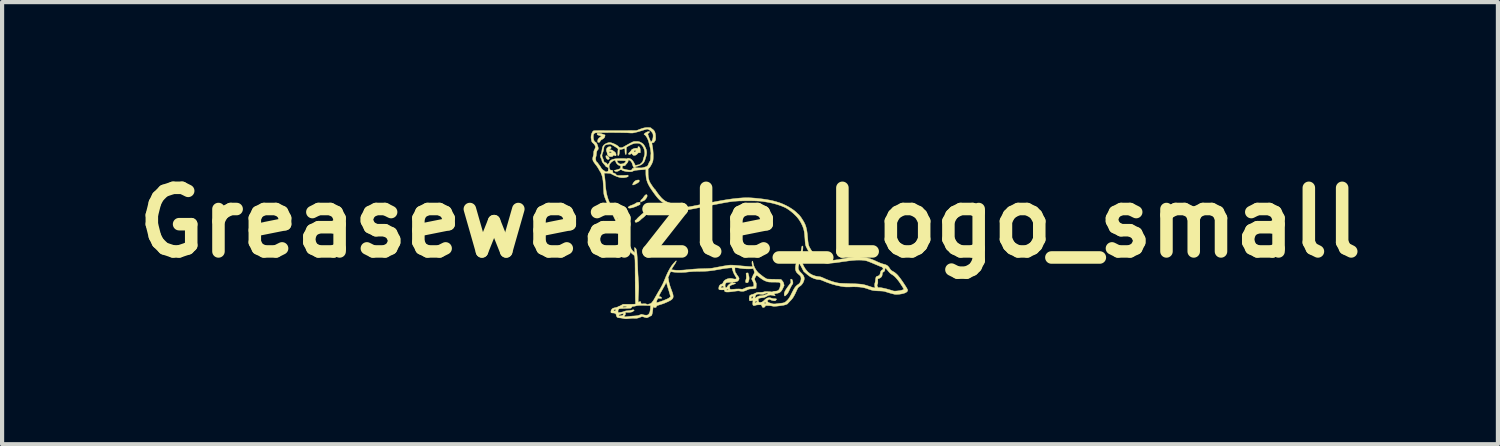
<source format=kicad_pcb>
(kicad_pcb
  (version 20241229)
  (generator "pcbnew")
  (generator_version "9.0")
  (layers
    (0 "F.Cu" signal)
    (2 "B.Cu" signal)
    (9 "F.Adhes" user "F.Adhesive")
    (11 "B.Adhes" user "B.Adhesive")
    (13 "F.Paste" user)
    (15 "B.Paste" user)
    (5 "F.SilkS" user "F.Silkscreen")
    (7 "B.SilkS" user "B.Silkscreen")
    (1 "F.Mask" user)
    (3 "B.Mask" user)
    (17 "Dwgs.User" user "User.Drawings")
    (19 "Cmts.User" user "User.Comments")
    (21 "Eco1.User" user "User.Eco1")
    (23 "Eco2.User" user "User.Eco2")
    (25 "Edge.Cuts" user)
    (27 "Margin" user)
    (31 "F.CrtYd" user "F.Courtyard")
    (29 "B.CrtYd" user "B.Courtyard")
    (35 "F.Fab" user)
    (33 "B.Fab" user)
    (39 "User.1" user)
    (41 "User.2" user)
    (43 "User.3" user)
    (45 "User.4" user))
  (footprint "Greaseweazle_Logo_small"
    (layer "F.Cu")
    (at 14.921 2.285)
    (property "Reference" "Greaseweazle_Logo_small" (at 0 0 0) (layer "F.SilkS") (effects (font (size 1.524 1.524) (thickness 0.3))))
    (attr through_hole)
    (fp_poly (pts (xy -3.424 -1.598) (xy -3.416 -1.594) (xy -3.396 -1.58) (xy -3.381 -1.562) (xy -3.374 -1.544) (xy -3.374 -1.529) (xy -3.384 -1.518) (xy -3.398 -1.512) (xy -3.409 -1.514) (xy -3.423 -1.523) (xy -3.43 -1.529) (xy -3.444 -1.545) (xy -3.451 -1.565) (xy -3.453 -1.577) (xy -3.454 -1.595) (xy -3.451 -1.605) (xy -3.441 -1.605) (xy -3.424 -1.598)) (stroke (width 0.01) (type solid)) (fill yes) (layer "F.SilkS"))
    (fp_poly (pts (xy -2.665 -1.022) (xy -2.657 -1.019) (xy -2.654 -1.01) (xy -2.654 -1.001) (xy -2.655 -0.988) (xy -2.66 -0.979) (xy -2.671 -0.968) (xy -2.69 -0.955) (xy -2.692 -0.953) (xy -2.715 -0.94) (xy -2.741 -0.926) (xy -2.767 -0.914) (xy -2.79 -0.906) (xy -2.806 -0.902) (xy -2.807 -0.902) (xy -2.812 -0.907) (xy -2.813 -0.913) (xy -2.809 -0.927) (xy -2.799 -0.947) (xy -2.785 -0.968) (xy -2.773 -0.983) (xy -2.746 -1.005) (xy -2.712 -1.018) (xy -2.683 -1.022) (xy -2.665 -1.022)) (stroke (width 0.01) (type solid)) (fill yes) (layer "F.SilkS"))
    (fp_poly (pts (xy -2.47 -0.665) (xy -2.465 -0.649) (xy -2.466 -0.629) (xy -2.474 -0.608) (xy -2.497 -0.571) (xy -2.523 -0.542) (xy -2.549 -0.525) (xy -2.559 -0.521) (xy -2.58 -0.514) (xy -2.597 -0.504) (xy -2.601 -0.501) (xy -2.613 -0.493) (xy -2.619 -0.495) (xy -2.622 -0.51) (xy -2.618 -0.529) (xy -2.609 -0.545) (xy -2.6 -0.551) (xy -2.589 -0.56) (xy -2.575 -0.576) (xy -2.559 -0.597) (xy -2.556 -0.603) (xy -2.531 -0.637) (xy -2.51 -0.66) (xy -2.491 -0.671) (xy -2.48 -0.672) (xy -2.47 -0.665)) (stroke (width 0.01) (type solid)) (fill yes) (layer "F.SilkS"))
    (fp_poly (pts (xy -2.635 -0.434) (xy -2.697 -0.405) (xy -2.742 -0.385) (xy -2.786 -0.369) (xy -2.826 -0.357) (xy -2.86 -0.35) (xy -2.888 -0.348) (xy -2.906 -0.351) (xy -2.906 -0.351) (xy -2.916 -0.357) (xy -2.92 -0.359) (xy -2.919 -0.365) (xy -2.917 -0.37) (xy -2.906 -0.384) (xy -2.882 -0.399) (xy -2.847 -0.414) (xy -2.824 -0.422) (xy -2.795 -0.433) (xy -2.766 -0.447) (xy -2.743 -0.461) (xy -2.742 -0.462) (xy -2.719 -0.476) (xy -2.698 -0.484) (xy -2.673 -0.488) (xy -2.672 -0.488) (xy -2.635 -0.49) (xy -2.635 -0.434)) (stroke (width 0.01) (type solid)) (fill yes) (layer "F.SilkS"))
    (fp_poly (pts (xy -0.034 1.254) (xy -0.024 1.297) (xy -0.021 1.332) (xy -0.024 1.365) (xy -0.033 1.398) (xy -0.034 1.4) (xy -0.042 1.421) (xy -0.049 1.433) (xy -0.057 1.438) (xy -0.069 1.44) (xy -0.07 1.44) (xy -0.087 1.439) (xy -0.099 1.435) (xy -0.1 1.434) (xy -0.107 1.419) (xy -0.106 1.396) (xy -0.1 1.368) (xy -0.096 1.359) (xy -0.091 1.343) (xy -0.089 1.325) (xy -0.088 1.303) (xy -0.09 1.273) (xy -0.09 1.271) (xy -0.092 1.245) (xy -0.093 1.224) (xy -0.094 1.212) (xy -0.094 1.209) (xy -0.087 1.208) (xy -0.073 1.206) (xy -0.07 1.206) (xy -0.049 1.203) (xy -0.034 1.254)) (stroke (width 0.01) (type solid)) (fill yes) (layer "F.SilkS"))
    (fp_poly (pts (xy -2.391 -0.412) (xy -2.384 -0.409) (xy -2.384 -0.4) (xy -2.385 -0.395) (xy -2.407 -0.322) (xy -2.441 -0.254) (xy -2.486 -0.192) (xy -2.542 -0.136) (xy -2.568 -0.116) (xy -2.591 -0.098) (xy -2.613 -0.079) (xy -2.629 -0.063) (xy -2.651 -0.044) (xy -2.676 -0.028) (xy -2.701 -0.016) (xy -2.724 -0.01) (xy -2.741 -0.01) (xy -2.748 -0.014) (xy -2.754 -0.026) (xy -2.756 -0.04) (xy -2.753 -0.054) (xy -2.742 -0.062) (xy -2.737 -0.064) (xy -2.724 -0.071) (xy -2.718 -0.077) (xy -2.718 -0.077) (xy -2.713 -0.087) (xy -2.698 -0.104) (xy -2.675 -0.127) (xy -2.643 -0.156) (xy -2.604 -0.191) (xy -2.581 -0.21) (xy -2.494 -0.283) (xy -2.463 -0.348) (xy -2.433 -0.413) (xy -2.407 -0.413) (xy -2.391 -0.412)) (stroke (width 0.01) (type solid)) (fill yes) (layer "F.SilkS"))
    (fp_poly (pts (xy 1.003 1.359) (xy 1.015 1.376) (xy 1.023 1.403) (xy 1.027 1.425) (xy 1.028 1.445) (xy 1.026 1.459) (xy 1.019 1.473) (xy 1.007 1.491) (xy 0.995 1.51) (xy 0.98 1.537) (xy 0.964 1.568) (xy 0.952 1.594) (xy 0.933 1.635) (xy 0.918 1.666) (xy 0.904 1.69) (xy 0.89 1.708) (xy 0.875 1.725) (xy 0.864 1.735) (xy 0.849 1.749) (xy 0.84 1.756) (xy 0.834 1.758) (xy 0.83 1.754) (xy 0.827 1.751) (xy 0.822 1.741) (xy 0.82 1.723) (xy 0.819 1.711) (xy 0.821 1.688) (xy 0.829 1.663) (xy 0.842 1.634) (xy 0.862 1.6) (xy 0.889 1.56) (xy 0.919 1.519) (xy 0.979 1.438) (xy 0.976 1.395) (xy 0.974 1.373) (xy 0.974 1.36) (xy 0.977 1.354) (xy 0.984 1.353) (xy 0.988 1.353) (xy 1.003 1.359)) (stroke (width 0.01) (type solid)) (fill yes) (layer "F.SilkS"))
    (fp_poly (pts (xy -3.586 -2.137) (xy -3.556 -2.13) (xy -3.525 -2.119) (xy -3.472 -2.1) (xy -3.476 -2.075) (xy -3.481 -2.054) (xy -3.49 -2.037) (xy -3.504 -2.022) (xy -3.527 -2.006) (xy -3.542 -1.997) (xy -3.566 -1.982) (xy -3.58 -1.969) (xy -3.589 -1.956) (xy -3.592 -1.949) (xy -3.599 -1.934) (xy -3.61 -1.926) (xy -3.622 -1.924) (xy -3.639 -1.923) (xy -3.647 -1.927) (xy -3.648 -1.929) (xy -3.65 -1.941) (xy -3.651 -1.959) (xy -3.651 -1.962) (xy -3.645 -1.991) (xy -3.627 -2.019) (xy -3.598 -2.044) (xy -3.592 -2.048) (xy -3.576 -2.059) (xy -3.565 -2.068) (xy -3.562 -2.072) (xy -3.568 -2.075) (xy -3.582 -2.081) (xy -3.599 -2.086) (xy -3.628 -2.095) (xy -3.647 -2.101) (xy -3.658 -2.108) (xy -3.663 -2.115) (xy -3.664 -2.124) (xy -3.662 -2.135) (xy -3.654 -2.14) (xy -3.643 -2.141) (xy -3.614 -2.141) (xy -3.586 -2.137)) (stroke (width 0.01) (type solid)) (fill yes) (layer "F.SilkS"))
    (fp_poly (pts (xy -2.657 -1.818) (xy -2.643 -1.803) (xy -2.634 -1.778) (xy -2.629 -1.742) (xy -2.629 -1.723) (xy -2.629 -1.676) (xy -2.654 -1.676) (xy -2.671 -1.675) (xy -2.684 -1.667) (xy -2.695 -1.654) (xy -2.717 -1.632) (xy -2.744 -1.617) (xy -2.77 -1.611) (xy -2.792 -1.613) (xy -2.804 -1.621) (xy -2.818 -1.636) (xy -2.822 -1.64) (xy -2.839 -1.663) (xy -2.854 -1.647) (xy -2.871 -1.636) (xy -2.889 -1.632) (xy -2.904 -1.635) (xy -2.912 -1.645) (xy -2.912 -1.655) (xy -2.905 -1.667) (xy -2.89 -1.681) (xy -2.871 -1.7) (xy -2.861 -1.712) (xy -2.781 -1.712) (xy -2.778 -1.699) (xy -2.773 -1.694) (xy -2.761 -1.694) (xy -2.747 -1.701) (xy -2.735 -1.71) (xy -2.731 -1.718) (xy -2.735 -1.724) (xy -2.749 -1.727) (xy -2.756 -1.727) (xy -2.772 -1.726) (xy -2.78 -1.722) (xy -2.781 -1.713) (xy -2.781 -1.712) (xy -2.861 -1.712) (xy -2.854 -1.721) (xy -2.848 -1.73) (xy -2.838 -1.745) (xy -2.826 -1.756) (xy -2.808 -1.765) (xy -2.791 -1.771) (xy -2.758 -1.781) (xy -2.729 -1.784) (xy -2.718 -1.783) (xy -2.686 -1.78) (xy -2.686 -1.801) (xy -2.684 -1.817) (xy -2.677 -1.822) (xy -2.676 -1.822) (xy -2.657 -1.818)) (stroke (width 0.01) (type solid)) (fill yes) (layer "F.SilkS"))
    (fp_poly (pts (xy -3.352 -1.821) (xy -3.337 -1.818) (xy -3.331 -1.811) (xy -3.329 -1.8) (xy -3.329 -1.786) (xy -3.336 -1.777) (xy -3.35 -1.77) (xy -3.363 -1.762) (xy -3.369 -1.755) (xy -3.369 -1.753) (xy -3.361 -1.749) (xy -3.345 -1.746) (xy -3.331 -1.743) (xy -3.312 -1.74) (xy -3.299 -1.736) (xy -3.296 -1.734) (xy -3.291 -1.728) (xy -3.278 -1.719) (xy -3.264 -1.71) (xy -3.245 -1.696) (xy -3.229 -1.682) (xy -3.223 -1.674) (xy -3.214 -1.655) (xy -3.209 -1.633) (xy -3.21 -1.614) (xy -3.212 -1.607) (xy -3.218 -1.602) (xy -3.227 -1.602) (xy -3.242 -1.609) (xy -3.243 -1.609) (xy -3.267 -1.62) (xy -3.283 -1.601) (xy -3.294 -1.589) (xy -3.306 -1.583) (xy -3.323 -1.581) (xy -3.335 -1.581) (xy -3.359 -1.583) (xy -3.377 -1.588) (xy -3.392 -1.599) (xy -3.407 -1.612) (xy -3.415 -1.626) (xy -3.419 -1.647) (xy -3.419 -1.649) (xy -3.424 -1.674) (xy -3.43 -1.691) (xy -3.379 -1.691) (xy -3.374 -1.679) (xy -3.367 -1.673) (xy -3.357 -1.668) (xy -3.345 -1.671) (xy -3.337 -1.675) (xy -3.323 -1.682) (xy -3.315 -1.687) (xy -3.315 -1.687) (xy -3.315 -1.692) (xy -3.325 -1.697) (xy -3.341 -1.701) (xy -3.354 -1.702) (xy -3.372 -1.699) (xy -3.379 -1.691) (xy -3.43 -1.691) (xy -3.432 -1.698) (xy -3.436 -1.706) (xy -3.443 -1.733) (xy -3.44 -1.761) (xy -3.428 -1.785) (xy -3.408 -1.805) (xy -3.383 -1.818) (xy -3.354 -1.821) (xy -3.352 -1.821)) (stroke (width 0.01) (type solid)) (fill yes) (layer "F.SilkS"))
    (fp_poly (pts (xy -2.413 -2.278) (xy -2.386 -2.275) (xy -2.372 -2.269) (xy -2.369 -2.263) (xy -2.363 -2.255) (xy -2.355 -2.251) (xy -2.337 -2.241) (xy -2.317 -2.224) (xy -2.298 -2.203) (xy -2.286 -2.185) (xy -2.272 -2.144) (xy -2.263 -2.093) (xy -2.261 -2.036) (xy -2.261 -2.008) (xy -2.263 -1.99) (xy -2.266 -1.977) (xy -2.272 -1.966) (xy -2.28 -1.956) (xy -2.291 -1.941) (xy -2.298 -1.929) (xy -2.299 -1.926) (xy -2.304 -1.92) (xy -2.319 -1.918) (xy -2.334 -1.917) (xy -2.344 -1.914) (xy -2.349 -1.907) (xy -2.35 -1.894) (xy -2.347 -1.873) (xy -2.341 -1.841) (xy -2.339 -1.832) (xy -2.332 -1.79) (xy -2.326 -1.742) (xy -2.322 -1.691) (xy -2.319 -1.638) (xy -2.319 -1.588) (xy -2.32 -1.543) (xy -2.323 -1.504) (xy -2.327 -1.478) (xy -2.338 -1.447) (xy -2.353 -1.411) (xy -2.373 -1.375) (xy -2.393 -1.342) (xy -2.412 -1.316) (xy -2.418 -1.31) (xy -2.442 -1.286) (xy -2.441 -1.194) (xy -2.441 -1.151) (xy -2.439 -1.118) (xy -2.436 -1.089) (xy -2.431 -1.061) (xy -2.426 -1.042) (xy -2.42 -1.018) (xy -2.414 -0.999) (xy -2.406 -0.98) (xy -2.395 -0.96) (xy -2.38 -0.935) (xy -2.36 -0.904) (xy -2.351 -0.891) (xy -2.331 -0.861) (xy -2.312 -0.835) (xy -2.297 -0.816) (xy -2.287 -0.803) (xy -2.283 -0.8) (xy -2.275 -0.795) (xy -2.269 -0.786) (xy -2.263 -0.776) (xy -2.251 -0.758) (xy -2.234 -0.734) (xy -2.214 -0.707) (xy -2.204 -0.693) (xy -2.158 -0.635) (xy -2.116 -0.587) (xy -2.074 -0.549) (xy -2.031 -0.518) (xy -1.984 -0.494) (xy -1.932 -0.475) (xy -1.872 -0.459) (xy -1.85 -0.454) (xy -1.813 -0.446) (xy -1.773 -0.435) (xy -1.736 -0.424) (xy -1.717 -0.417) (xy -1.674 -0.401) (xy -1.636 -0.39) (xy -1.6 -0.382) (xy -1.559 -0.376) (xy -1.549 -0.375) (xy -1.539 -0.374) (xy -1.529 -0.373) (xy -1.517 -0.373) (xy -1.503 -0.374) (xy -1.486 -0.376) (xy -1.465 -0.379) (xy -1.439 -0.384) (xy -1.406 -0.39) (xy -1.365 -0.397) (xy -1.317 -0.407) (xy -1.258 -0.418) (xy -1.19 -0.432) (xy -1.124 -0.445) (xy -1.014 -0.467) (xy -0.916 -0.486) (xy -0.827 -0.503) (xy -0.747 -0.518) (xy -0.675 -0.531) (xy -0.61 -0.542) (xy -0.549 -0.552) (xy -0.493 -0.56) (xy -0.439 -0.568) (xy -0.388 -0.574) (xy -0.336 -0.58) (xy -0.284 -0.585) (xy -0.257 -0.588) (xy -0.18 -0.594) (xy -0.109 -0.597) (xy -0.041 -0.597) (xy 0.029 -0.594) (xy 0.107 -0.588) (xy 0.111 -0.588) (xy 0.216 -0.577) (xy 0.311 -0.566) (xy 0.397 -0.553) (xy 0.476 -0.539) (xy 0.549 -0.523) (xy 0.62 -0.504) (xy 0.69 -0.482) (xy 0.718 -0.473) (xy 0.789 -0.445) (xy 0.86 -0.412) (xy 0.93 -0.375) (xy 0.996 -0.334) (xy 1.055 -0.293) (xy 1.105 -0.251) (xy 1.133 -0.223) (xy 1.142 -0.215) (xy 1.156 -0.203) (xy 1.163 -0.197) (xy 1.18 -0.18) (xy 1.201 -0.153) (xy 1.226 -0.12) (xy 1.251 -0.081) (xy 1.278 -0.038) (xy 1.294 -0.01) (xy 1.313 0.028) (xy 1.33 0.067) (xy 1.343 0.11) (xy 1.355 0.159) (xy 1.365 0.214) (xy 1.373 0.279) (xy 1.38 0.355) (xy 1.381 0.365) (xy 1.386 0.42) (xy 1.391 0.464) (xy 1.396 0.501) (xy 1.403 0.531) (xy 1.411 0.558) (xy 1.422 0.584) (xy 1.437 0.611) (xy 1.455 0.641) (xy 1.471 0.666) (xy 1.5 0.709) (xy 1.526 0.743) (xy 1.551 0.77) (xy 1.577 0.794) (xy 1.587 0.803) (xy 1.645 0.841) (xy 1.707 0.87) (xy 1.776 0.89) (xy 1.852 0.901) (xy 1.935 0.904) (xy 2.026 0.897) (xy 2.099 0.887) (xy 2.139 0.88) (xy 2.188 0.872) (xy 2.241 0.863) (xy 2.292 0.854) (xy 2.327 0.848) (xy 2.388 0.838) (xy 2.439 0.83) (xy 2.483 0.825) (xy 2.522 0.821) (xy 2.56 0.821) (xy 2.597 0.821) (xy 2.638 0.824) (xy 2.651 0.825) (xy 2.705 0.83) (xy 2.752 0.836) (xy 2.794 0.843) (xy 2.833 0.852) (xy 2.873 0.863) (xy 2.914 0.878) (xy 2.961 0.897) (xy 3.015 0.921) (xy 3.053 0.939) (xy 3.094 0.957) (xy 3.134 0.973) (xy 3.169 0.985) (xy 3.196 0.993) (xy 3.199 0.994) (xy 3.241 1.005) (xy 3.274 1.019) (xy 3.301 1.038) (xy 3.325 1.064) (xy 3.349 1.1) (xy 3.353 1.106) (xy 3.364 1.123) (xy 3.376 1.136) (xy 3.392 1.149) (xy 3.415 1.163) (xy 3.43 1.172) (xy 3.458 1.188) (xy 3.484 1.208) (xy 3.511 1.231) (xy 3.538 1.258) (xy 3.566 1.292) (xy 3.597 1.332) (xy 3.632 1.38) (xy 3.671 1.437) (xy 3.711 1.498) (xy 3.739 1.541) (xy 3.759 1.575) (xy 3.772 1.6) (xy 3.778 1.615) (xy 3.778 1.618) (xy 3.772 1.641) (xy 3.754 1.661) (xy 3.725 1.679) (xy 3.685 1.694) (xy 3.635 1.706) (xy 3.576 1.715) (xy 3.539 1.718) (xy 3.517 1.719) (xy 3.498 1.72) (xy 3.48 1.718) (xy 3.46 1.715) (xy 3.435 1.709) (xy 3.401 1.7) (xy 3.386 1.696) (xy 3.348 1.686) (xy 3.312 1.675) (xy 3.279 1.665) (xy 3.253 1.657) (xy 3.247 1.655) (xy 3.228 1.649) (xy 3.209 1.644) (xy 3.186 1.641) (xy 3.158 1.639) (xy 3.122 1.637) (xy 3.099 1.636) (xy 3.045 1.634) (xy 3.001 1.631) (xy 2.964 1.627) (xy 2.931 1.621) (xy 2.9 1.613) (xy 2.867 1.602) (xy 2.843 1.594) (xy 2.79 1.575) (xy 2.738 1.561) (xy 2.685 1.55) (xy 2.629 1.543) (xy 2.567 1.539) (xy 2.498 1.537) (xy 2.419 1.538) (xy 2.413 1.539) (xy 2.367 1.54) (xy 2.33 1.54) (xy 2.3 1.54) (xy 2.273 1.538) (xy 2.247 1.535) (xy 2.219 1.531) (xy 2.191 1.527) (xy 2.07 1.502) (xy 1.954 1.47) (xy 1.838 1.429) (xy 1.75 1.393) (xy 1.72 1.38) (xy 1.692 1.371) (xy 1.671 1.366) (xy 1.664 1.365) (xy 1.612 1.36) (xy 1.554 1.346) (xy 1.496 1.323) (xy 1.448 1.298) (xy 1.429 1.286) (xy 1.404 1.267) (xy 1.376 1.246) (xy 1.349 1.223) (xy 1.286 1.169) (xy 1.235 1.07) (xy 1.218 1.038) (xy 1.203 1.011) (xy 1.191 0.989) (xy 1.183 0.976) (xy 1.18 0.972) (xy 1.177 0.977) (xy 1.172 0.992) (xy 1.167 1.013) (xy 1.162 1.035) (xy 1.158 1.057) (xy 1.156 1.074) (xy 1.156 1.078) (xy 1.159 1.11) (xy 1.17 1.138) (xy 1.189 1.167) (xy 1.219 1.198) (xy 1.22 1.199) (xy 1.255 1.235) (xy 1.279 1.269) (xy 1.294 1.302) (xy 1.299 1.325) (xy 1.299 1.358) (xy 1.289 1.396) (xy 1.273 1.434) (xy 1.25 1.47) (xy 1.223 1.501) (xy 1.199 1.52) (xy 1.18 1.532) (xy 1.166 1.544) (xy 1.154 1.556) (xy 1.143 1.572) (xy 1.132 1.594) (xy 1.118 1.623) (xy 1.109 1.643) (xy 1.085 1.696) (xy 1.063 1.739) (xy 1.043 1.775) (xy 1.023 1.806) (xy 1.001 1.834) (xy 0.976 1.862) (xy 0.96 1.878) (xy 0.939 1.9) (xy 0.92 1.92) (xy 0.908 1.934) (xy 0.902 1.942) (xy 0.902 1.942) (xy 0.896 1.948) (xy 0.881 1.955) (xy 0.859 1.964) (xy 0.834 1.971) (xy 0.808 1.978) (xy 0.792 1.981) (xy 0.77 1.984) (xy 0.74 1.988) (xy 0.705 1.993) (xy 0.669 1.997) (xy 0.664 1.998) (xy 0.627 2.002) (xy 0.601 2.004) (xy 0.581 2.005) (xy 0.565 2.004) (xy 0.55 2.002) (xy 0.534 1.998) (xy 0.506 1.993) (xy 0.471 1.989) (xy 0.436 1.988) (xy 0.376 1.988) (xy 0.359 2.01) (xy 0.345 2.025) (xy 0.331 2.031) (xy 0.321 2.032) (xy 0.308 2.031) (xy 0.299 2.026) (xy 0.291 2.013) (xy 0.285 2) (xy 0.27 1.968) (xy 0.215 1.968) (xy 0.179 1.97) (xy 0.151 1.974) (xy 0.138 1.978) (xy 0.108 1.987) (xy 0.087 1.988) (xy 0.073 1.978) (xy 0.066 1.959) (xy 0.065 1.928) (xy 0.066 1.924) (xy 0.343 1.924) (xy 0.348 1.934) (xy 0.361 1.937) (xy 0.377 1.933) (xy 0.384 1.927) (xy 0.381 1.919) (xy 0.371 1.913) (xy 0.361 1.911) (xy 0.348 1.914) (xy 0.343 1.921) (xy 0.343 1.924) (xy 0.066 1.924) (xy 0.067 1.917) (xy 0.116 1.917) (xy 0.118 1.922) (xy 0.127 1.921) (xy 0.143 1.916) (xy 0.157 1.911) (xy 0.169 1.905) (xy 0.171 1.899) (xy 0.168 1.89) (xy 0.159 1.882) (xy 0.144 1.88) (xy 0.13 1.884) (xy 0.13 1.884) (xy 0.123 1.894) (xy 0.118 1.907) (xy 0.116 1.917) (xy 0.067 1.917) (xy 0.067 1.908) (xy 0.07 1.883) (xy 0.071 1.869) (xy 0.069 1.863) (xy 0.065 1.863) (xy 0.055 1.866) (xy 0.036 1.869) (xy 0.025 1.871) (xy 0.003 1.873) (xy -0.009 1.87) (xy -0.013 1.866) (xy -0.017 1.854) (xy -0.019 1.833) (xy -0.019 1.812) (xy 0.026 1.812) (xy 0.029 1.816) (xy 0.042 1.814) (xy 0.045 1.814) (xy 0.059 1.811) (xy 0.067 1.808) (xy 0.067 1.808) (xy 0.068 1.805) (xy 0.117 1.805) (xy 0.121 1.809) (xy 0.132 1.804) (xy 0.146 1.793) (xy 0.183 1.77) (xy 0.215 1.757) (xy 0.246 1.753) (xy 0.273 1.75) (xy 0.305 1.745) (xy 0.337 1.737) (xy 0.368 1.727) (xy 0.396 1.716) (xy 0.417 1.706) (xy 0.429 1.696) (xy 0.431 1.692) (xy 0.43 1.685) (xy 0.423 1.683) (xy 0.41 1.685) (xy 0.392 1.689) (xy 0.369 1.697) (xy 0.35 1.705) (xy 0.331 1.713) (xy 0.316 1.718) (xy 0.302 1.719) (xy 0.283 1.718) (xy 0.257 1.715) (xy 0.215 1.71) (xy 0.183 1.712) (xy 0.159 1.72) (xy 0.141 1.736) (xy 0.128 1.761) (xy 0.118 1.792) (xy 0.117 1.805) (xy 0.068 1.805) (xy 0.069 1.801) (xy 0.071 1.787) (xy 0.072 1.782) (xy 0.074 1.767) (xy 0.071 1.761) (xy 0.064 1.762) (xy 0.062 1.762) (xy 0.042 1.772) (xy 0.031 1.79) (xy 0.028 1.8) (xy 0.026 1.812) (xy -0.019 1.812) (xy -0.019 1.808) (xy -0.017 1.784) (xy -0.014 1.764) (xy -0.012 1.756) (xy -0.001 1.744) (xy 0.018 1.732) (xy 0.039 1.724) (xy 0.056 1.721) (xy 0.066 1.718) (xy 0.084 1.711) (xy 0.107 1.7) (xy 0.117 1.695) (xy 0.141 1.684) (xy 0.159 1.676) (xy 0.176 1.672) (xy 0.196 1.67) (xy 0.223 1.67) (xy 0.23 1.67) (xy 0.274 1.668) (xy 0.311 1.664) (xy 0.329 1.66) (xy 0.349 1.655) (xy 0.371 1.652) (xy 0.398 1.652) (xy 0.434 1.653) (xy 0.441 1.653) (xy 0.472 1.655) (xy 0.499 1.657) (xy 0.519 1.659) (xy 0.529 1.661) (xy 0.538 1.661) (xy 0.54 1.656) (xy 0.543 1.651) (xy 0.553 1.647) (xy 0.572 1.645) (xy 0.592 1.643) (xy 0.63 1.64) (xy 0.658 1.633) (xy 0.678 1.622) (xy 0.693 1.605) (xy 0.706 1.581) (xy 0.709 1.575) (xy 0.718 1.547) (xy 0.725 1.517) (xy 0.728 1.495) (xy 0.73 1.474) (xy 0.728 1.46) (xy 0.723 1.45) (xy 0.715 1.441) (xy 0.708 1.436) (xy 0.702 1.432) (xy 0.694 1.429) (xy 0.681 1.427) (xy 0.663 1.426) (xy 0.637 1.426) (xy 0.601 1.425) (xy 0.573 1.425) (xy 0.528 1.425) (xy 0.494 1.424) (xy 0.468 1.423) (xy 0.448 1.421) (xy 0.431 1.418) (xy 0.414 1.414) (xy 0.403 1.41) (xy 0.364 1.396) (xy 0.325 1.377) (xy 0.285 1.352) (xy 0.239 1.32) (xy 0.22 1.305) (xy 0.157 1.257) (xy 0.139 1.287) (xy 0.123 1.315) (xy 0.114 1.336) (xy 0.112 1.355) (xy 0.115 1.374) (xy 0.125 1.398) (xy 0.13 1.408) (xy 0.141 1.432) (xy 0.148 1.449) (xy 0.151 1.465) (xy 0.151 1.484) (xy 0.15 1.51) (xy 0.149 1.515) (xy 0.145 1.573) (xy 0.11 1.58) (xy 0.084 1.584) (xy 0.053 1.587) (xy 0.028 1.587) (xy 0.004 1.588) (xy -0.016 1.591) (xy -0.036 1.597) (xy -0.06 1.608) (xy -0.071 1.613) (xy -0.114 1.632) (xy -0.151 1.643) (xy -0.184 1.646) (xy -0.214 1.644) (xy -0.238 1.64) (xy -0.26 1.636) (xy -0.267 1.635) (xy -0.281 1.634) (xy -0.305 1.636) (xy -0.335 1.639) (xy -0.368 1.644) (xy -0.37 1.644) (xy -0.439 1.654) (xy -0.496 1.66) (xy -0.541 1.662) (xy -0.575 1.66) (xy -0.597 1.653) (xy -0.608 1.643) (xy -0.61 1.636) (xy -0.612 1.62) (xy -0.619 1.611) (xy -0.633 1.608) (xy -0.658 1.61) (xy -0.689 1.611) (xy -0.717 1.608) (xy -0.722 1.607) (xy -0.724 1.607) (xy -0.559 1.607) (xy -0.558 1.616) (xy -0.552 1.619) (xy -0.537 1.616) (xy -0.535 1.615) (xy -0.523 1.609) (xy -0.521 1.601) (xy -0.531 1.595) (xy -0.54 1.594) (xy -0.554 1.596) (xy -0.559 1.603) (xy -0.559 1.607) (xy -0.724 1.607) (xy -0.739 1.602) (xy -0.747 1.595) (xy -0.749 1.583) (xy -0.749 1.576) (xy -0.747 1.559) (xy -0.697 1.559) (xy -0.693 1.562) (xy -0.679 1.56) (xy -0.679 1.56) (xy -0.661 1.557) (xy -0.646 1.556) (xy -0.638 1.553) (xy -0.636 1.543) (xy -0.636 1.538) (xy -0.64 1.525) (xy -0.651 1.52) (xy -0.658 1.519) (xy -0.676 1.521) (xy -0.688 1.531) (xy -0.695 1.549) (xy -0.697 1.559) (xy -0.747 1.559) (xy -0.745 1.538) (xy -0.731 1.507) (xy -0.728 1.504) (xy -0.597 1.504) (xy -0.595 1.53) (xy -0.591 1.547) (xy -0.581 1.554) (xy -0.571 1.556) (xy -0.558 1.553) (xy -0.557 1.552) (xy -0.489 1.552) (xy -0.485 1.575) (xy -0.479 1.587) (xy -0.471 1.595) (xy -0.462 1.599) (xy -0.448 1.599) (xy -0.433 1.598) (xy -0.411 1.596) (xy -0.381 1.594) (xy -0.348 1.591) (xy -0.324 1.59) (xy -0.291 1.589) (xy -0.258 1.589) (xy -0.231 1.591) (xy -0.217 1.592) (xy -0.202 1.595) (xy -0.189 1.595) (xy -0.176 1.593) (xy -0.159 1.587) (xy -0.135 1.577) (xy -0.119 1.569) (xy -0.09 1.556) (xy -0.068 1.548) (xy -0.049 1.543) (xy -0.029 1.54) (xy -0.004 1.539) (xy 0.009 1.539) (xy 0.043 1.538) (xy 0.066 1.534) (xy 0.081 1.528) (xy 0.088 1.517) (xy 0.091 1.5) (xy 0.091 1.485) (xy 0.088 1.462) (xy 0.081 1.437) (xy 0.067 1.406) (xy 0.064 1.401) (xy 0.038 1.349) (xy 0.057 1.299) (xy 0.068 1.274) (xy 0.078 1.251) (xy 0.087 1.235) (xy 0.088 1.233) (xy 0.1 1.214) (xy 0.105 1.196) (xy 0.103 1.176) (xy 0.096 1.149) (xy 0.094 1.143) (xy 0.079 1.098) (xy 0.048 1.103) (xy 0.014 1.106) (xy -0.029 1.108) (xy -0.078 1.107) (xy -0.129 1.105) (xy -0.178 1.1) (xy -0.223 1.095) (xy -0.232 1.093) (xy -0.265 1.088) (xy -0.296 1.083) (xy -0.321 1.08) (xy -0.336 1.079) (xy -0.362 1.079) (xy -0.362 1.106) (xy -0.361 1.137) (xy -0.358 1.165) (xy -0.354 1.186) (xy -0.349 1.198) (xy -0.346 1.2) (xy -0.339 1.205) (xy -0.331 1.218) (xy -0.33 1.221) (xy -0.322 1.236) (xy -0.308 1.257) (xy -0.292 1.279) (xy -0.291 1.281) (xy -0.272 1.308) (xy -0.263 1.33) (xy -0.262 1.349) (xy -0.269 1.369) (xy -0.273 1.376) (xy -0.289 1.396) (xy -0.313 1.409) (xy -0.345 1.418) (xy -0.372 1.421) (xy -0.396 1.423) (xy -0.411 1.426) (xy -0.417 1.43) (xy -0.419 1.436) (xy -0.419 1.437) (xy -0.417 1.445) (xy -0.409 1.447) (xy -0.398 1.446) (xy -0.378 1.445) (xy -0.36 1.446) (xy -0.348 1.45) (xy -0.349 1.457) (xy -0.362 1.465) (xy -0.387 1.475) (xy -0.41 1.483) (xy -0.436 1.492) (xy -0.459 1.501) (xy -0.474 1.509) (xy -0.477 1.512) (xy -0.486 1.529) (xy -0.489 1.552) (xy -0.557 1.552) (xy -0.549 1.543) (xy -0.547 1.536) (xy -0.535 1.515) (xy -0.515 1.492) (xy -0.49 1.471) (xy -0.465 1.455) (xy -0.452 1.449) (xy -0.422 1.439) (xy -0.457 1.433) (xy -0.489 1.43) (xy -0.521 1.431) (xy -0.549 1.435) (xy -0.569 1.441) (xy -0.57 1.442) (xy -0.587 1.46) (xy -0.596 1.486) (xy -0.597 1.504) (xy -0.728 1.504) (xy -0.71 1.484) (xy -0.682 1.471) (xy -0.677 1.47) (xy -0.662 1.465) (xy -0.654 1.455) (xy -0.648 1.441) (xy -0.632 1.408) (xy -0.606 1.38) (xy -0.572 1.359) (xy -0.533 1.344) (xy -0.49 1.336) (xy -0.445 1.337) (xy -0.42 1.342) (xy -0.384 1.35) (xy -0.357 1.352) (xy -0.34 1.349) (xy -0.33 1.339) (xy -0.327 1.331) (xy -0.329 1.32) (xy -0.337 1.305) (xy -0.348 1.287) (xy -0.379 1.234) (xy -0.403 1.18) (xy -0.419 1.131) (xy -0.434 1.081) (xy -0.476 1.084) (xy -0.515 1.087) (xy -0.554 1.091) (xy -0.596 1.096) (xy -0.642 1.103) (xy -0.695 1.112) (xy -0.757 1.123) (xy -0.785 1.128) (xy -0.846 1.139) (xy -0.903 1.147) (xy -0.957 1.154) (xy -1.011 1.16) (xy -1.068 1.163) (xy -1.131 1.166) (xy -1.201 1.167) (xy -1.276 1.168) (xy -1.358 1.17) (xy -1.438 1.176) (xy -1.483 1.181) (xy -1.545 1.188) (xy -1.61 1.192) (xy -1.674 1.194) (xy -1.735 1.193) (xy -1.79 1.189) (xy -1.833 1.184) (xy -1.859 1.18) (xy -1.881 1.176) (xy -1.895 1.173) (xy -1.898 1.173) (xy -1.904 1.178) (xy -1.913 1.194) (xy -1.924 1.219) (xy -1.934 1.246) (xy -1.945 1.273) (xy -1.954 1.293) (xy -1.955 1.294) (xy -1.962 1.309) (xy -1.964 1.319) (xy -1.963 1.321) (xy -1.96 1.327) (xy -1.956 1.342) (xy -1.952 1.365) (xy -1.951 1.376) (xy -1.946 1.409) (xy -1.938 1.443) (xy -1.929 1.479) (xy -1.916 1.521) (xy -1.899 1.569) (xy -1.878 1.627) (xy -1.876 1.632) (xy -1.858 1.682) (xy -1.846 1.723) (xy -1.841 1.756) (xy -1.841 1.782) (xy -1.848 1.805) (xy -1.86 1.824) (xy -1.879 1.843) (xy -1.881 1.845) (xy -1.9 1.858) (xy -1.929 1.874) (xy -1.964 1.892) (xy -2.005 1.91) (xy -2.046 1.928) (xy -2.088 1.944) (xy -2.126 1.956) (xy -2.132 1.958) (xy -2.171 1.97) (xy -2.199 1.979) (xy -2.218 1.985) (xy -2.231 1.991) (xy -2.238 1.997) (xy -2.242 2.003) (xy -2.244 2.011) (xy -2.245 2.013) (xy -2.248 2.025) (xy -2.255 2.03) (xy -2.269 2.032) (xy -2.277 2.032) (xy -2.296 2.031) (xy -2.304 2.026) (xy -2.305 2.022) (xy -2.309 2.014) (xy -2.313 2.013) (xy -2.318 2.018) (xy -2.322 2.032) (xy -2.326 2.058) (xy -2.329 2.088) (xy -2.334 2.128) (xy -2.34 2.164) (xy -2.347 2.193) (xy -2.354 2.215) (xy -2.362 2.227) (xy -2.365 2.229) (xy -2.373 2.232) (xy -2.39 2.24) (xy -2.41 2.251) (xy -2.415 2.254) (xy -2.438 2.266) (xy -2.458 2.275) (xy -2.471 2.28) (xy -2.472 2.28) (xy -2.485 2.278) (xy -2.505 2.273) (xy -2.53 2.266) (xy -2.536 2.264) (xy -2.587 2.249) (xy -2.625 2.264) (xy -2.674 2.282) (xy -2.717 2.292) (xy -2.755 2.293) (xy -2.771 2.292) (xy -2.803 2.29) (xy -2.846 2.293) (xy -2.875 2.296) (xy -2.924 2.301) (xy -2.962 2.304) (xy -2.995 2.303) (xy -3.023 2.298) (xy -3.038 2.295) (xy -3.061 2.29) (xy -3.09 2.285) (xy -3.12 2.282) (xy -3.121 2.282) (xy -3.153 2.278) (xy -3.174 2.272) (xy -3.187 2.263) (xy -3.195 2.248) (xy -3.198 2.236) (xy -3.202 2.222) (xy -3.144 2.222) (xy -3.142 2.231) (xy -3.129 2.234) (xy -3.107 2.232) (xy -3.085 2.229) (xy -3.067 2.227) (xy -3.059 2.225) (xy -3.05 2.218) (xy -3.041 2.206) (xy -3.033 2.193) (xy -3.03 2.183) (xy -3.031 2.18) (xy -3.039 2.18) (xy -3.055 2.182) (xy -3.077 2.187) (xy -3.099 2.193) (xy -3.118 2.2) (xy -3.132 2.206) (xy -3.135 2.208) (xy -3.144 2.222) (xy -3.202 2.222) (xy -3.207 2.203) (xy -3.222 2.181) (xy -3.244 2.169) (xy -3.273 2.165) (xy -3.295 2.164) (xy -3.314 2.161) (xy -3.327 2.157) (xy -3.333 2.149) (xy -3.334 2.134) (xy -3.332 2.122) (xy -3.162 2.122) (xy -3.162 2.154) (xy -3.116 2.151) (xy -3.059 2.141) (xy -3.029 2.131) (xy -3.002 2.121) (xy -2.973 2.114) (xy -2.938 2.109) (xy -2.921 2.108) (xy -2.889 2.105) (xy -2.859 2.1) (xy -2.834 2.096) (xy -2.824 2.093) (xy -2.805 2.088) (xy -2.794 2.088) (xy -2.785 2.092) (xy -2.783 2.093) (xy -2.775 2.101) (xy -2.778 2.106) (xy -2.784 2.11) (xy -2.799 2.121) (xy -2.808 2.129) (xy -2.822 2.137) (xy -2.846 2.143) (xy -2.876 2.148) (xy -2.908 2.151) (xy -2.939 2.15) (xy -2.945 2.149) (xy -2.985 2.145) (xy -2.985 2.177) (xy -2.986 2.198) (xy -2.99 2.21) (xy -2.997 2.216) (xy -3.006 2.226) (xy -3.01 2.239) (xy -3.008 2.251) (xy -3.003 2.256) (xy -2.993 2.256) (xy -2.975 2.255) (xy -2.95 2.252) (xy -2.931 2.25) (xy -2.899 2.246) (xy -2.859 2.242) (xy -2.817 2.238) (xy -2.781 2.236) (xy -2.741 2.233) (xy -2.709 2.229) (xy -2.682 2.224) (xy -2.658 2.217) (xy -2.647 2.213) (xy -2.598 2.195) (xy -2.558 2.207) (xy -2.514 2.216) (xy -2.478 2.217) (xy -2.449 2.21) (xy -2.427 2.193) (xy -2.41 2.165) (xy -2.397 2.127) (xy -2.389 2.077) (xy -2.387 2.06) (xy -2.385 2.032) (xy -2.384 2.009) (xy -2.383 1.994) (xy -2.384 1.989) (xy -2.391 1.988) (xy -2.409 1.987) (xy -2.436 1.986) (xy -2.47 1.985) (xy -2.509 1.984) (xy -2.535 1.983) (xy -2.584 1.983) (xy -2.622 1.982) (xy -2.651 1.983) (xy -2.674 1.984) (xy -2.694 1.986) (xy -2.711 1.989) (xy -2.728 1.992) (xy -2.733 1.994) (xy -2.76 2) (xy -2.784 2.004) (xy -2.802 2.007) (xy -2.804 2.007) (xy -2.821 2.009) (xy -2.832 2.02) (xy -2.835 2.025) (xy -2.845 2.039) (xy -2.855 2.047) (xy -2.865 2.049) (xy -2.885 2.05) (xy -2.913 2.052) (xy -2.948 2.054) (xy -2.988 2.055) (xy -3 2.055) (xy -3.044 2.057) (xy -3.078 2.058) (xy -3.102 2.059) (xy -3.119 2.061) (xy -3.131 2.063) (xy -3.139 2.066) (xy -3.144 2.071) (xy -3.148 2.075) (xy -3.158 2.089) (xy -3.162 2.107) (xy -3.162 2.122) (xy -3.332 2.122) (xy -3.33 2.111) (xy -3.268 2.111) (xy -3.257 2.114) (xy -3.245 2.115) (xy -3.229 2.114) (xy -3.221 2.11) (xy -3.219 2.1) (xy -3.219 2.095) (xy -3.223 2.081) (xy -3.232 2.077) (xy -3.247 2.083) (xy -3.256 2.09) (xy -3.267 2.103) (xy -3.268 2.111) (xy -3.33 2.111) (xy -3.329 2.105) (xy -3.315 2.078) (xy -3.295 2.058) (xy -3.292 2.056) (xy -3.276 2.049) (xy -3.253 2.042) (xy -3.226 2.036) (xy -3.223 2.036) (xy -3.19 2.027) (xy -3.17 2.019) (xy -3.048 2.019) (xy -3.047 2.025) (xy -3.041 2.028) (xy -3.027 2.029) (xy -3.005 2.027) (xy -2.982 2.025) (xy -2.963 2.022) (xy -2.953 2.019) (xy -2.951 2.015) (xy -2.958 2.01) (xy -2.973 2.007) (xy -2.991 2.004) (xy -3.01 2.004) (xy -3.02 2.005) (xy -3.039 2.009) (xy -3.047 2.015) (xy -3.048 2.019) (xy -3.17 2.019) (xy -3.156 2.014) (xy -3.116 1.995) (xy -3.108 1.991) (xy -3.043 1.956) (xy -2.914 1.956) (xy -2.873 1.956) (xy -2.835 1.955) (xy -2.802 1.954) (xy -2.777 1.953) (xy -2.762 1.952) (xy -2.761 1.952) (xy -2.746 1.949) (xy -2.741 1.943) (xy -2.743 1.933) (xy -2.743 1.931) (xy -2.744 1.922) (xy -2.745 1.902) (xy -2.746 1.871) (xy -2.747 1.83) (xy -2.748 1.78) (xy -2.748 1.722) (xy -2.749 1.657) (xy -2.75 1.586) (xy -2.751 1.51) (xy -2.751 1.43) (xy -2.752 1.372) (xy -2.752 1.273) (xy -2.753 1.187) (xy -2.753 1.112) (xy -2.754 1.047) (xy -2.754 0.991) (xy -2.755 0.944) (xy -2.756 0.905) (xy -2.758 0.873) (xy -2.76 0.847) (xy -2.762 0.826) (xy -2.765 0.81) (xy -2.769 0.798) (xy -2.774 0.789) (xy -2.779 0.782) (xy -2.785 0.776) (xy -2.792 0.77) (xy -2.8 0.765) (xy -2.805 0.761) (xy -2.846 0.725) (xy -2.888 0.676) (xy -2.931 0.615) (xy -2.974 0.542) (xy -3.017 0.457) (xy -3.061 0.361) (xy -3.105 0.253) (xy -3.146 0.144) (xy -3.166 0.09) (xy -3.183 0.043) (xy -3.2 0.001) (xy -3.218 -0.041) (xy -3.237 -0.083) (xy -3.26 -0.13) (xy -3.286 -0.185) (xy -3.298 -0.208) (xy -3.337 -0.287) (xy -3.371 -0.356) (xy -3.4 -0.417) (xy -3.424 -0.47) (xy -3.445 -0.518) (xy -3.462 -0.56) (xy -3.477 -0.6) (xy -3.482 -0.613) (xy -3.489 -0.634) (xy -3.494 -0.651) (xy -3.498 -0.669) (xy -3.502 -0.687) (xy -3.504 -0.71) (xy -3.506 -0.738) (xy -3.508 -0.774) (xy -3.511 -0.821) (xy -3.511 -0.825) (xy -3.514 -0.888) (xy -3.518 -0.941) (xy -3.521 -0.985) (xy -3.525 -1.022) (xy -3.53 -1.054) (xy -3.536 -1.083) (xy -3.542 -1.111) (xy -3.544 -1.116) (xy -3.553 -1.145) (xy -3.563 -1.174) (xy -3.568 -1.183) (xy -3.499 -1.183) (xy -3.497 -1.175) (xy -3.493 -1.158) (xy -3.489 -1.143) (xy -3.486 -1.124) (xy -3.482 -1.096) (xy -3.478 -1.061) (xy -3.474 -1.024) (xy -3.473 -1.01) (xy -3.467 -0.931) (xy -3.461 -0.862) (xy -3.454 -0.802) (xy -3.446 -0.748) (xy -3.436 -0.698) (xy -3.425 -0.649) (xy -3.42 -0.63) (xy -3.408 -0.591) (xy -3.396 -0.553) (xy -3.381 -0.514) (xy -3.363 -0.473) (xy -3.341 -0.428) (xy -3.315 -0.377) (xy -3.283 -0.318) (xy -3.267 -0.289) (xy -3.245 -0.249) (xy -3.227 -0.215) (xy -3.21 -0.185) (xy -3.196 -0.156) (xy -3.183 -0.129) (xy -3.17 -0.099) (xy -3.156 -0.067) (xy -3.141 -0.031) (xy -3.124 0.012) (xy -3.104 0.063) (xy -3.081 0.124) (xy -3.074 0.142) (xy -3.043 0.222) (xy -3.015 0.293) (xy -2.99 0.353) (xy -2.967 0.407) (xy -2.945 0.454) (xy -2.924 0.496) (xy -2.903 0.535) (xy -2.882 0.572) (xy -2.859 0.609) (xy -2.847 0.627) (xy -2.825 0.658) (xy -2.803 0.684) (xy -2.785 0.702) (xy -2.771 0.711) (xy -2.767 0.711) (xy -2.764 0.705) (xy -2.763 0.688) (xy -2.765 0.658) (xy -2.765 0.654) (xy -2.77 0.597) (xy -2.753 0.604) (xy -2.744 0.61) (xy -2.736 0.62) (xy -2.729 0.634) (xy -2.723 0.654) (xy -2.718 0.68) (xy -2.713 0.714) (xy -2.709 0.755) (xy -2.705 0.806) (xy -2.701 0.866) (xy -2.697 0.937) (xy -2.694 1.019) (xy -2.692 1.057) (xy -2.69 1.114) (xy -2.687 1.177) (xy -2.684 1.242) (xy -2.68 1.305) (xy -2.677 1.361) (xy -2.676 1.375) (xy -2.672 1.43) (xy -2.67 1.477) (xy -2.668 1.519) (xy -2.668 1.56) (xy -2.669 1.604) (xy -2.671 1.654) (xy -2.672 1.676) (xy -2.675 1.737) (xy -2.678 1.786) (xy -2.679 1.824) (xy -2.68 1.853) (xy -2.679 1.875) (xy -2.678 1.89) (xy -2.677 1.899) (xy -2.674 1.903) (xy -2.67 1.905) (xy -2.67 1.905) (xy -2.657 1.901) (xy -2.651 1.896) (xy -2.638 1.89) (xy -2.629 1.89) (xy -2.62 1.896) (xy -2.617 1.908) (xy -2.616 1.918) (xy -2.614 1.935) (xy -2.604 1.944) (xy -2.587 1.947) (xy -2.56 1.944) (xy -2.556 1.944) (xy -2.52 1.942) (xy -2.486 1.948) (xy -2.473 1.955) (xy -2.459 1.961) (xy -2.448 1.96) (xy -2.44 1.956) (xy -2.426 1.951) (xy -2.408 1.947) (xy -2.405 1.946) (xy -2.385 1.94) (xy -2.366 1.928) (xy -2.346 1.908) (xy -2.34 1.9) (xy -2.242 1.9) (xy -2.24 1.912) (xy -2.234 1.915) (xy -2.221 1.914) (xy -2.206 1.91) (xy -2.183 1.903) (xy -2.155 1.894) (xy -2.14 1.889) (xy -2.095 1.873) (xy -2.052 1.857) (xy -2.013 1.84) (xy -1.98 1.826) (xy -1.954 1.813) (xy -1.937 1.802) (xy -1.931 1.797) (xy -1.921 1.787) (xy -1.914 1.784) (xy -1.906 1.782) (xy -1.905 1.78) (xy -1.907 1.766) (xy -1.913 1.742) (xy -1.921 1.711) (xy -1.932 1.674) (xy -1.944 1.633) (xy -1.955 1.597) (xy -1.967 1.561) (xy -1.977 1.527) (xy -1.986 1.497) (xy -1.992 1.475) (xy -1.994 1.468) (xy -1.999 1.45) (xy -2.004 1.438) (xy -2.006 1.435) (xy -2.011 1.44) (xy -2.019 1.454) (xy -2.025 1.465) (xy -2.033 1.481) (xy -2.046 1.505) (xy -2.062 1.535) (xy -2.081 1.568) (xy -2.095 1.594) (xy -2.123 1.643) (xy -2.145 1.682) (xy -2.161 1.712) (xy -2.172 1.735) (xy -2.178 1.751) (xy -2.18 1.761) (xy -2.179 1.768) (xy -2.173 1.771) (xy -2.165 1.772) (xy -2.162 1.772) (xy -2.148 1.776) (xy -2.133 1.785) (xy -2.12 1.797) (xy -2.115 1.808) (xy -2.115 1.808) (xy -2.12 1.811) (xy -2.136 1.813) (xy -2.157 1.813) (xy -2.161 1.813) (xy -2.207 1.813) (xy -2.224 1.847) (xy -2.234 1.869) (xy -2.24 1.889) (xy -2.242 1.9) (xy -2.34 1.9) (xy -2.325 1.88) (xy -2.301 1.842) (xy -2.286 1.815) (xy -2.268 1.783) (xy -2.245 1.743) (xy -2.22 1.699) (xy -2.194 1.654) (xy -2.168 1.611) (xy -2.166 1.607) (xy -2.136 1.555) (xy -2.111 1.509) (xy -2.089 1.466) (xy -2.069 1.422) (xy -2.048 1.372) (xy -2.044 1.362) (xy -2.01 1.279) (xy -1.977 1.206) (xy -1.945 1.143) (xy -1.914 1.088) (xy -1.883 1.04) (xy -1.85 0.997) (xy -1.815 0.957) (xy -1.812 0.954) (xy -1.791 0.933) (xy -1.778 0.919) (xy -1.77 0.914) (xy -1.767 0.914) (xy -1.767 0.92) (xy -1.768 0.927) (xy -1.773 0.941) (xy -1.784 0.963) (xy -1.8 0.99) (xy -1.82 1.02) (xy -1.822 1.023) (xy -1.847 1.061) (xy -1.865 1.09) (xy -1.875 1.11) (xy -1.879 1.122) (xy -1.878 1.127) (xy -1.871 1.129) (xy -1.855 1.131) (xy -1.83 1.134) (xy -1.803 1.137) (xy -1.769 1.14) (xy -1.733 1.141) (xy -1.693 1.141) (xy -1.649 1.139) (xy -1.598 1.136) (xy -1.539 1.131) (xy -1.47 1.124) (xy -1.438 1.121) (xy -1.34 1.112) (xy -1.232 1.106) (xy -1.121 1.102) (xy -1.067 1.101) (xy -1.024 1.099) (xy -0.988 1.098) (xy -0.958 1.096) (xy -0.931 1.093) (xy -0.904 1.09) (xy -0.876 1.085) (xy -0.843 1.079) (xy -0.829 1.076) (xy -0.756 1.062) (xy -0.694 1.051) (xy -0.643 1.041) (xy -0.599 1.034) (xy -0.564 1.028) (xy -0.534 1.023) (xy -0.51 1.02) (xy -0.488 1.018) (xy -0.469 1.017) (xy -0.452 1.017) (xy -0.433 1.018) (xy -0.416 1.018) (xy -0.384 1.02) (xy -0.343 1.023) (xy -0.298 1.027) (xy -0.251 1.031) (xy -0.216 1.035) (xy -0.171 1.039) (xy -0.123 1.043) (xy -0.078 1.047) (xy -0.038 1.05) (xy -0.013 1.052) (xy 0.019 1.053) (xy 0.041 1.054) (xy 0.055 1.054) (xy 0.061 1.052) (xy 0.062 1.048) (xy 0.061 1.044) (xy 0.053 1.02) (xy 0.049 0.993) (xy 0.046 0.967) (xy 0.047 0.945) (xy 0.05 0.928) (xy 0.056 0.921) (xy 0.058 0.921) (xy 0.061 0.921) (xy 0.064 0.925) (xy 0.067 0.934) (xy 0.071 0.952) (xy 0.076 0.978) (xy 0.088 1.023) (xy 0.108 1.071) (xy 0.134 1.118) (xy 0.164 1.161) (xy 0.196 1.198) (xy 0.217 1.216) (xy 0.237 1.232) (xy 0.256 1.247) (xy 0.267 1.256) (xy 0.287 1.272) (xy 0.311 1.291) (xy 0.338 1.309) (xy 0.364 1.326) (xy 0.386 1.34) (xy 0.401 1.347) (xy 0.402 1.348) (xy 0.414 1.35) (xy 0.436 1.352) (xy 0.468 1.353) (xy 0.506 1.355) (xy 0.549 1.357) (xy 0.583 1.357) (xy 0.743 1.36) (xy 0.771 1.391) (xy 0.789 1.414) (xy 0.801 1.437) (xy 0.809 1.464) (xy 0.818 1.506) (xy 0.793 1.56) (xy 0.771 1.604) (xy 0.75 1.637) (xy 0.727 1.661) (xy 0.7 1.678) (xy 0.668 1.689) (xy 0.63 1.696) (xy 0.607 1.7) (xy 0.589 1.703) (xy 0.579 1.705) (xy 0.579 1.705) (xy 0.58 1.711) (xy 0.587 1.724) (xy 0.591 1.731) (xy 0.605 1.754) (xy 0.587 1.751) (xy 0.571 1.748) (xy 0.548 1.743) (xy 0.527 1.739) (xy 0.497 1.735) (xy 0.471 1.736) (xy 0.445 1.742) (xy 0.417 1.754) (xy 0.393 1.768) (xy 0.366 1.782) (xy 0.345 1.791) (xy 0.323 1.796) (xy 0.296 1.799) (xy 0.292 1.799) (xy 0.264 1.803) (xy 0.239 1.807) (xy 0.221 1.812) (xy 0.218 1.813) (xy 0.204 1.82) (xy 0.198 1.83) (xy 0.197 1.846) (xy 0.2 1.874) (xy 0.208 1.897) (xy 0.218 1.912) (xy 0.227 1.916) (xy 0.257 1.915) (xy 0.289 1.901) (xy 0.324 1.876) (xy 0.333 1.867) (xy 0.368 1.835) (xy 0.399 1.813) (xy 0.427 1.801) (xy 0.454 1.796) (xy 0.483 1.799) (xy 0.516 1.81) (xy 0.556 1.82) (xy 0.592 1.822) (xy 0.618 1.824) (xy 0.632 1.828) (xy 0.635 1.836) (xy 0.627 1.849) (xy 0.619 1.858) (xy 0.608 1.868) (xy 0.596 1.872) (xy 0.58 1.872) (xy 0.568 1.871) (xy 0.542 1.866) (xy 0.513 1.858) (xy 0.497 1.851) (xy 0.461 1.835) (xy 0.437 1.851) (xy 0.423 1.861) (xy 0.414 1.869) (xy 0.413 1.871) (xy 0.417 1.883) (xy 0.427 1.897) (xy 0.438 1.91) (xy 0.449 1.917) (xy 0.451 1.918) (xy 0.463 1.92) (xy 0.482 1.926) (xy 0.505 1.934) (xy 0.505 1.934) (xy 0.538 1.944) (xy 0.568 1.948) (xy 0.6 1.948) (xy 0.638 1.943) (xy 0.662 1.94) (xy 0.693 1.936) (xy 0.726 1.932) (xy 0.742 1.93) (xy 0.779 1.926) (xy 0.807 1.92) (xy 0.83 1.911) (xy 0.851 1.898) (xy 0.873 1.879) (xy 0.881 1.871) (xy 0.9 1.853) (xy 0.915 1.835) (xy 0.93 1.816) (xy 0.945 1.794) (xy 0.961 1.765) (xy 0.98 1.73) (xy 1.002 1.684) (xy 1.004 1.682) (xy 1.03 1.631) (xy 1.052 1.59) (xy 1.073 1.558) (xy 1.092 1.532) (xy 1.112 1.512) (xy 1.133 1.494) (xy 1.142 1.488) (xy 1.165 1.472) (xy 1.181 1.458) (xy 1.192 1.445) (xy 1.201 1.429) (xy 1.206 1.419) (xy 1.219 1.38) (xy 1.223 1.34) (xy 1.219 1.309) (xy 1.215 1.295) (xy 1.21 1.284) (xy 1.201 1.272) (xy 1.187 1.258) (xy 1.166 1.24) (xy 1.15 1.226) (xy 1.12 1.196) (xy 1.101 1.164) (xy 1.09 1.128) (xy 1.087 1.086) (xy 1.092 1.035) (xy 1.095 1.019) (xy 1.102 0.99) (xy 1.111 0.96) (xy 1.125 0.927) (xy 1.143 0.888) (xy 1.15 0.873) (xy 1.183 0.8) (xy 1.208 0.731) (xy 1.226 0.663) (xy 1.234 0.617) (xy 1.239 0.589) (xy 1.243 0.571) (xy 1.247 0.562) (xy 1.253 0.559) (xy 1.26 0.561) (xy 1.261 0.561) (xy 1.264 0.564) (xy 1.267 0.57) (xy 1.268 0.58) (xy 1.268 0.595) (xy 1.267 0.618) (xy 1.265 0.648) (xy 1.26 0.688) (xy 1.255 0.738) (xy 1.251 0.777) (xy 1.245 0.824) (xy 1.242 0.86) (xy 1.24 0.887) (xy 1.239 0.909) (xy 1.24 0.926) (xy 1.243 0.94) (xy 1.248 0.955) (xy 1.251 0.964) (xy 1.286 1.043) (xy 1.328 1.112) (xy 1.377 1.17) (xy 1.393 1.186) (xy 1.448 1.228) (xy 1.507 1.259) (xy 1.574 1.281) (xy 1.648 1.293) (xy 1.65 1.293) (xy 1.676 1.296) (xy 1.7 1.302) (xy 1.726 1.312) (xy 1.758 1.326) (xy 1.762 1.328) (xy 1.824 1.356) (xy 1.889 1.381) (xy 1.954 1.405) (xy 2.017 1.424) (xy 2.075 1.439) (xy 2.124 1.448) (xy 2.127 1.448) (xy 2.143 1.45) (xy 2.17 1.452) (xy 2.207 1.454) (xy 2.25 1.456) (xy 2.299 1.457) (xy 2.351 1.459) (xy 2.391 1.461) (xy 2.464 1.463) (xy 2.526 1.465) (xy 2.578 1.468) (xy 2.623 1.471) (xy 2.662 1.475) (xy 2.696 1.48) (xy 2.728 1.486) (xy 2.759 1.494) (xy 2.79 1.503) (xy 2.824 1.514) (xy 2.842 1.52) (xy 2.878 1.532) (xy 2.912 1.543) (xy 2.941 1.552) (xy 2.962 1.557) (xy 2.971 1.559) (xy 2.988 1.561) (xy 2.996 1.56) (xy 2.996 1.554) (xy 2.995 1.549) (xy 2.989 1.523) (xy 2.987 1.499) (xy 3.043 1.499) (xy 3.047 1.511) (xy 3.053 1.526) (xy 3.066 1.556) (xy 3.099 1.556) (xy 3.132 1.558) (xy 3.174 1.565) (xy 3.225 1.576) (xy 3.282 1.59) (xy 3.343 1.608) (xy 3.348 1.609) (xy 3.381 1.619) (xy 3.41 1.628) (xy 3.433 1.635) (xy 3.448 1.639) (xy 3.451 1.639) (xy 3.466 1.64) (xy 3.489 1.639) (xy 3.518 1.637) (xy 3.55 1.634) (xy 3.579 1.63) (xy 3.605 1.625) (xy 3.607 1.625) (xy 3.642 1.616) (xy 3.667 1.607) (xy 3.681 1.597) (xy 3.683 1.59) (xy 3.68 1.582) (xy 3.67 1.565) (xy 3.656 1.541) (xy 3.637 1.512) (xy 3.616 1.479) (xy 3.611 1.471) (xy 3.568 1.408) (xy 3.528 1.357) (xy 3.49 1.314) (xy 3.454 1.279) (xy 3.416 1.251) (xy 3.4 1.241) (xy 3.377 1.226) (xy 3.356 1.209) (xy 3.335 1.188) (xy 3.31 1.159) (xy 3.305 1.152) (xy 3.279 1.122) (xy 3.261 1.101) (xy 3.247 1.09) (xy 3.239 1.088) (xy 3.234 1.095) (xy 3.232 1.109) (xy 3.232 1.114) (xy 3.23 1.141) (xy 3.223 1.159) (xy 3.208 1.174) (xy 3.198 1.18) (xy 3.183 1.191) (xy 3.175 1.205) (xy 3.172 1.22) (xy 3.167 1.25) (xy 3.163 1.27) (xy 3.157 1.284) (xy 3.15 1.296) (xy 3.142 1.305) (xy 3.12 1.323) (xy 3.093 1.337) (xy 3.092 1.337) (xy 3.061 1.347) (xy 3.062 1.402) (xy 3.063 1.432) (xy 3.061 1.452) (xy 3.057 1.467) (xy 3.052 1.477) (xy 3.045 1.489) (xy 3.043 1.499) (xy 2.987 1.499) (xy 2.986 1.496) (xy 2.987 1.472) (xy 2.99 1.456) (xy 2.99 1.455) (xy 2.994 1.443) (xy 2.999 1.421) (xy 3.003 1.395) (xy 3.004 1.386) (xy 3.008 1.35) (xy 3.013 1.324) (xy 3.019 1.306) (xy 3.027 1.295) (xy 3.038 1.287) (xy 3.055 1.282) (xy 3.06 1.28) (xy 3.084 1.271) (xy 3.101 1.259) (xy 3.112 1.24) (xy 3.12 1.212) (xy 3.123 1.198) (xy 3.133 1.166) (xy 3.148 1.144) (xy 3.17 1.128) (xy 3.171 1.128) (xy 3.186 1.12) (xy 3.194 1.115) (xy 3.194 1.114) (xy 3.19 1.102) (xy 3.181 1.086) (xy 3.17 1.071) (xy 3.16 1.063) (xy 3.16 1.063) (xy 3.15 1.059) (xy 3.13 1.052) (xy 3.103 1.041) (xy 3.071 1.027) (xy 3.034 1.012) (xy 3.027 1.009) (xy 2.968 0.984) (xy 2.919 0.963) (xy 2.879 0.947) (xy 2.846 0.934) (xy 2.82 0.924) (xy 2.797 0.917) (xy 2.778 0.912) (xy 2.76 0.908) (xy 2.743 0.905) (xy 2.724 0.903) (xy 2.707 0.901) (xy 2.668 0.898) (xy 2.628 0.897) (xy 2.587 0.897) (xy 2.542 0.898) (xy 2.492 0.902) (xy 2.436 0.907) (xy 2.373 0.914) (xy 2.301 0.924) (xy 2.219 0.935) (xy 2.149 0.946) (xy 2.103 0.952) (xy 2.054 0.959) (xy 2.006 0.964) (xy 1.964 0.968) (xy 1.936 0.971) (xy 1.897 0.973) (xy 1.868 0.973) (xy 1.842 0.972) (xy 1.815 0.969) (xy 1.783 0.964) (xy 1.778 0.963) (xy 1.737 0.954) (xy 1.705 0.945) (xy 1.679 0.934) (xy 1.667 0.928) (xy 1.584 0.875) (xy 1.511 0.815) (xy 1.448 0.747) (xy 1.395 0.673) (xy 1.353 0.594) (xy 1.35 0.587) (xy 1.341 0.567) (xy 1.335 0.55) (xy 1.33 0.534) (xy 1.327 0.516) (xy 1.324 0.494) (xy 1.321 0.465) (xy 1.318 0.427) (xy 1.317 0.403) (xy 1.314 0.359) (xy 1.31 0.315) (xy 1.306 0.274) (xy 1.302 0.239) (xy 1.299 0.215) (xy 1.283 0.146) (xy 1.256 0.074) (xy 1.22 0.000361) (xy 1.175 -0.072) (xy 1.158 -0.095) (xy 1.125 -0.136) (xy 1.082 -0.18) (xy 1.035 -0.225) (xy 0.984 -0.268) (xy 0.932 -0.307) (xy 0.882 -0.34) (xy 0.837 -0.365) (xy 0.832 -0.367) (xy 0.741 -0.405) (xy 0.64 -0.439) (xy 0.531 -0.468) (xy 0.415 -0.491) (xy 0.294 -0.51) (xy 0.241 -0.516) (xy 0.207 -0.518) (xy 0.161 -0.52) (xy 0.108 -0.522) (xy 0.048 -0.523) (xy -0.015 -0.523) (xy -0.08 -0.523) (xy -0.144 -0.523) (xy -0.205 -0.521) (xy -0.262 -0.52) (xy -0.311 -0.517) (xy -0.34 -0.515) (xy -0.373 -0.513) (xy -0.404 -0.51) (xy -0.435 -0.506) (xy -0.466 -0.502) (xy -0.5 -0.497) (xy -0.538 -0.491) (xy -0.58 -0.484) (xy -0.628 -0.475) (xy -0.684 -0.465) (xy -0.749 -0.452) (xy -0.823 -0.438) (xy -0.899 -0.423) (xy -0.999 -0.403) (xy -1.087 -0.386) (xy -1.165 -0.37) (xy -1.233 -0.357) (xy -1.291 -0.346) (xy -1.341 -0.336) (xy -1.383 -0.328) (xy -1.418 -0.322) (xy -1.447 -0.316) (xy -1.471 -0.313) (xy -1.49 -0.31) (xy -1.505 -0.308) (xy -1.518 -0.307) (xy -1.528 -0.306) (xy -1.537 -0.306) (xy -1.545 -0.307) (xy -1.554 -0.307) (xy -1.559 -0.308) (xy -1.613 -0.315) (xy -1.659 -0.327) (xy -1.701 -0.346) (xy -1.705 -0.348) (xy -1.725 -0.359) (xy -1.742 -0.369) (xy -1.749 -0.373) (xy -1.761 -0.377) (xy -1.781 -0.382) (xy -1.808 -0.388) (xy -1.834 -0.393) (xy -1.885 -0.404) (xy -1.928 -0.415) (xy -1.969 -0.429) (xy -2.013 -0.447) (xy -2.049 -0.463) (xy -2.081 -0.48) (xy -2.111 -0.499) (xy -2.14 -0.521) (xy -2.17 -0.548) (xy -2.201 -0.58) (xy -2.234 -0.619) (xy -2.271 -0.666) (xy -2.312 -0.722) (xy -2.354 -0.782) (xy -2.398 -0.848) (xy -2.432 -0.909) (xy -2.459 -0.967) (xy -2.477 -1.024) (xy -2.489 -1.083) (xy -2.495 -1.147) (xy -2.496 -1.192) (xy -2.496 -1.278) (xy -2.526 -1.274) (xy -2.543 -1.272) (xy -2.57 -1.27) (xy -2.603 -1.267) (xy -2.639 -1.264) (xy -2.648 -1.264) (xy -2.701 -1.259) (xy -2.743 -1.254) (xy -2.776 -1.246) (xy -2.802 -1.237) (xy -2.818 -1.228) (xy -2.835 -1.222) (xy -2.861 -1.22) (xy -2.894 -1.22) (xy -2.93 -1.223) (xy -2.967 -1.227) (xy -3.003 -1.234) (xy -3.034 -1.242) (xy -3.058 -1.251) (xy -3.071 -1.261) (xy -3.081 -1.266) (xy -3.096 -1.267) (xy -3.113 -1.265) (xy -3.126 -1.26) (xy -3.131 -1.254) (xy -3.136 -1.247) (xy -3.15 -1.24) (xy -3.17 -1.233) (xy -3.19 -1.227) (xy -3.206 -1.226) (xy -3.221 -1.228) (xy -3.237 -1.236) (xy -3.248 -1.244) (xy -3.251 -1.25) (xy -3.246 -1.253) (xy -3.231 -1.258) (xy -3.215 -1.262) (xy -3.187 -1.268) (xy -3.156 -1.277) (xy -3.142 -1.282) (xy -3.122 -1.29) (xy -3.111 -1.298) (xy -3.105 -1.307) (xy -3.102 -1.322) (xy -3.102 -1.324) (xy -3.1 -1.345) (xy -3.102 -1.358) (xy -3.112 -1.364) (xy -3.122 -1.367) (xy -3.153 -1.379) (xy -3.181 -1.402) (xy -3.204 -1.431) (xy -3.22 -1.466) (xy -3.221 -1.472) (xy -3.225 -1.483) (xy -3.186 -1.483) (xy -3.184 -1.469) (xy -3.184 -1.468) (xy -3.175 -1.449) (xy -3.156 -1.43) (xy -3.15 -1.426) (xy -3.134 -1.414) (xy -3.121 -1.407) (xy -3.107 -1.405) (xy -3.086 -1.407) (xy -3.08 -1.407) (xy -3.055 -1.411) (xy -3.034 -1.416) (xy -3.023 -1.421) (xy -2.997 -1.439) (xy -2.982 -1.458) (xy -2.978 -1.471) (xy -2.979 -1.476) (xy -2.981 -1.48) (xy -2.987 -1.482) (xy -2.999 -1.484) (xy -3.018 -1.485) (xy -3.046 -1.486) (xy -3.081 -1.487) (xy -3.116 -1.488) (xy -3.146 -1.488) (xy -3.169 -1.489) (xy -3.183 -1.489) (xy -3.186 -1.489) (xy -3.186 -1.483) (xy -3.225 -1.483) (xy -3.227 -1.488) (xy -3.233 -1.497) (xy -3.235 -1.498) (xy -3.251 -1.494) (xy -3.272 -1.484) (xy -3.296 -1.469) (xy -3.318 -1.453) (xy -3.324 -1.448) (xy -3.354 -1.413) (xy -3.372 -1.378) (xy -3.377 -1.341) (xy -3.37 -1.303) (xy -3.364 -1.288) (xy -3.355 -1.27) (xy -3.347 -1.261) (xy -3.337 -1.258) (xy -3.323 -1.257) (xy -3.305 -1.256) (xy -3.294 -1.249) (xy -3.29 -1.234) (xy -3.289 -1.216) (xy -3.288 -1.203) (xy -3.284 -1.196) (xy -3.273 -1.19) (xy -3.254 -1.183) (xy -3.231 -1.174) (xy -3.218 -1.164) (xy -3.216 -1.161) (xy -3.208 -1.149) (xy -3.197 -1.139) (xy -3.19 -1.135) (xy -3.18 -1.133) (xy -3.165 -1.131) (xy -3.143 -1.131) (xy -3.113 -1.131) (xy -3.073 -1.132) (xy -3.062 -1.132) (xy -3.024 -1.133) (xy -2.99 -1.134) (xy -2.962 -1.136) (xy -2.942 -1.138) (xy -2.933 -1.139) (xy -2.925 -1.139) (xy -2.92 -1.129) (xy -2.919 -1.126) (xy -2.919 -1.111) (xy -2.923 -1.103) (xy -2.943 -1.094) (xy -2.971 -1.086) (xy -3.003 -1.08) (xy -3.035 -1.077) (xy -3.048 -1.077) (xy -3.094 -1.079) (xy -3.14 -1.089) (xy -3.19 -1.105) (xy -3.245 -1.129) (xy -3.27 -1.141) (xy -3.35 -1.182) (xy -3.424 -1.186) (xy -3.453 -1.187) (xy -3.477 -1.186) (xy -3.493 -1.185) (xy -3.499 -1.183) (xy -3.568 -1.183) (xy -3.575 -1.199) (xy -3.585 -1.218) (xy -3.593 -1.228) (xy -3.594 -1.228) (xy -3.599 -1.236) (xy -3.608 -1.251) (xy -3.619 -1.272) (xy -3.622 -1.278) (xy -3.636 -1.302) (xy -3.655 -1.332) (xy -3.676 -1.363) (xy -3.693 -1.384) (xy -3.724 -1.425) (xy -3.747 -1.458) (xy -3.762 -1.487) (xy -3.769 -1.514) (xy -3.77 -1.54) (xy -3.765 -1.567) (xy -3.76 -1.586) (xy -3.749 -1.631) (xy -3.747 -1.669) (xy -3.745 -1.697) (xy -3.741 -1.718) (xy -3.731 -1.74) (xy -3.728 -1.747) (xy -3.717 -1.769) (xy -3.709 -1.791) (xy -3.705 -1.802) (xy -3.706 -1.827) (xy -3.717 -1.855) (xy -3.737 -1.883) (xy -3.759 -1.905) (xy -3.776 -1.92) (xy -3.787 -1.934) (xy -3.794 -1.951) (xy -3.8 -1.975) (xy -3.81 -2.034) (xy -3.808 -2.071) (xy -3.755 -2.071) (xy -3.755 -2.053) (xy -3.751 -2.007) (xy -3.74 -1.97) (xy -3.722 -1.943) (xy -3.701 -1.927) (xy -3.688 -1.919) (xy -3.679 -1.909) (xy -3.67 -1.893) (xy -3.66 -1.869) (xy -3.658 -1.864) (xy -3.645 -1.825) (xy -3.637 -1.796) (xy -3.635 -1.775) (xy -3.637 -1.76) (xy -3.645 -1.749) (xy -3.659 -1.734) (xy -3.668 -1.715) (xy -3.675 -1.691) (xy -3.679 -1.657) (xy -3.68 -1.651) (xy -3.683 -1.623) (xy -3.687 -1.597) (xy -3.692 -1.578) (xy -3.693 -1.575) (xy -3.699 -1.552) (xy -3.699 -1.525) (xy -3.695 -1.498) (xy -3.687 -1.473) (xy -3.676 -1.454) (xy -3.665 -1.445) (xy -3.654 -1.439) (xy -3.651 -1.436) (xy -3.648 -1.428) (xy -3.638 -1.414) (xy -3.624 -1.395) (xy -3.619 -1.389) (xy -3.601 -1.364) (xy -3.583 -1.338) (xy -3.57 -1.315) (xy -3.569 -1.314) (xy -3.557 -1.295) (xy -3.541 -1.278) (xy -3.52 -1.26) (xy -3.501 -1.248) (xy -3.452 -1.214) (xy -3.425 -1.224) (xy -3.408 -1.23) (xy -3.4 -1.237) (xy -3.397 -1.249) (xy -3.397 -1.263) (xy -3.396 -1.284) (xy -3.395 -1.301) (xy -3.394 -1.305) (xy -3.393 -1.313) (xy -3.4 -1.32) (xy -3.415 -1.327) (xy -3.422 -1.33) (xy -3.44 -1.337) (xy -3.452 -1.343) (xy -3.454 -1.346) (xy -3.458 -1.353) (xy -3.469 -1.367) (xy -3.484 -1.386) (xy -3.495 -1.398) (xy -3.518 -1.426) (xy -3.534 -1.446) (xy -3.543 -1.462) (xy -3.548 -1.475) (xy -3.55 -1.489) (xy -3.55 -1.489) (xy -3.553 -1.507) (xy -3.561 -1.525) (xy -3.562 -1.526) (xy -3.572 -1.546) (xy -3.58 -1.569) (xy -3.581 -1.572) (xy -3.585 -1.587) (xy -3.585 -1.6) (xy -3.583 -1.607) (xy -3.547 -1.607) (xy -3.543 -1.58) (xy -3.53 -1.548) (xy -3.528 -1.544) (xy -3.518 -1.521) (xy -3.51 -1.497) (xy -3.508 -1.489) (xy -3.5 -1.464) (xy -3.489 -1.448) (xy -3.474 -1.441) (xy -3.474 -1.441) (xy -3.462 -1.438) (xy -3.446 -1.43) (xy -3.443 -1.429) (xy -3.43 -1.419) (xy -3.425 -1.409) (xy -3.426 -1.4) (xy -3.427 -1.388) (xy -3.421 -1.385) (xy -3.411 -1.393) (xy -3.409 -1.396) (xy -3.396 -1.409) (xy -3.387 -1.415) (xy -3.376 -1.427) (xy -3.369 -1.444) (xy -3.358 -1.472) (xy -3.335 -1.495) (xy -3.301 -1.513) (xy -3.255 -1.525) (xy -3.217 -1.531) (xy -3.184 -1.533) (xy -3.145 -1.535) (xy -3.104 -1.536) (xy -3.063 -1.536) (xy -3.025 -1.536) (xy -2.994 -1.534) (xy -2.971 -1.532) (xy -2.964 -1.531) (xy -2.948 -1.528) (xy -2.941 -1.53) (xy -2.94 -1.534) (xy -2.935 -1.541) (xy -2.92 -1.543) (xy -2.901 -1.541) (xy -2.879 -1.536) (xy -2.867 -1.531) (xy -2.837 -1.511) (xy -2.808 -1.479) (xy -2.78 -1.435) (xy -2.772 -1.419) (xy -2.761 -1.397) (xy -2.752 -1.381) (xy -2.747 -1.372) (xy -2.746 -1.372) (xy -2.738 -1.373) (xy -2.723 -1.376) (xy -2.716 -1.378) (xy -2.692 -1.383) (xy -2.668 -1.387) (xy -2.665 -1.387) (xy -2.647 -1.393) (xy -2.628 -1.406) (xy -2.606 -1.426) (xy -2.587 -1.445) (xy -2.575 -1.462) (xy -2.567 -1.479) (xy -2.562 -1.5) (xy -2.555 -1.526) (xy -2.546 -1.558) (xy -2.536 -1.589) (xy -2.536 -1.59) (xy -2.527 -1.619) (xy -2.523 -1.643) (xy -2.522 -1.667) (xy -2.523 -1.685) (xy -2.532 -1.742) (xy -2.55 -1.793) (xy -2.576 -1.837) (xy -2.609 -1.873) (xy -2.622 -1.883) (xy -2.638 -1.893) (xy -2.654 -1.899) (xy -2.673 -1.902) (xy -2.699 -1.904) (xy -2.732 -1.904) (xy -2.764 -1.9) (xy -2.797 -1.892) (xy -2.833 -1.877) (xy -2.876 -1.857) (xy -2.89 -1.85) (xy -2.924 -1.831) (xy -2.947 -1.817) (xy -2.959 -1.806) (xy -2.962 -1.801) (xy -2.963 -1.79) (xy -2.964 -1.769) (xy -2.965 -1.741) (xy -2.965 -1.71) (xy -2.966 -1.676) (xy -2.967 -1.653) (xy -2.969 -1.64) (xy -2.971 -1.633) (xy -2.974 -1.632) (xy -2.984 -1.638) (xy -2.991 -1.656) (xy -2.995 -1.684) (xy -2.997 -1.722) (xy -2.997 -1.728) (xy -2.998 -1.753) (xy -2.999 -1.772) (xy -3 -1.783) (xy -3.001 -1.784) (xy -3.008 -1.782) (xy -3.022 -1.775) (xy -3.024 -1.774) (xy -3.04 -1.768) (xy -3.064 -1.761) (xy -3.085 -1.756) (xy -3.127 -1.749) (xy -3.131 -1.692) (xy -3.134 -1.654) (xy -3.14 -1.627) (xy -3.149 -1.612) (xy -3.16 -1.607) (xy -3.16 -1.607) (xy -3.164 -1.608) (xy -3.167 -1.614) (xy -3.168 -1.626) (xy -3.168 -1.647) (xy -3.167 -1.678) (xy -3.166 -1.708) (xy -3.164 -1.733) (xy -3.162 -1.752) (xy -3.16 -1.76) (xy -3.16 -1.766) (xy -3.167 -1.774) (xy -3.182 -1.786) (xy -3.207 -1.803) (xy -3.214 -1.808) (xy -3.243 -1.826) (xy -3.272 -1.844) (xy -3.297 -1.859) (xy -3.308 -1.865) (xy -3.328 -1.876) (xy -3.342 -1.881) (xy -3.357 -1.882) (xy -3.378 -1.88) (xy -3.387 -1.879) (xy -3.427 -1.872) (xy -3.456 -1.864) (xy -3.476 -1.852) (xy -3.49 -1.835) (xy -3.499 -1.811) (xy -3.505 -1.778) (xy -3.506 -1.769) (xy -3.515 -1.719) (xy -3.53 -1.672) (xy -3.532 -1.668) (xy -3.544 -1.635) (xy -3.547 -1.607) (xy -3.583 -1.607) (xy -3.581 -1.616) (xy -3.573 -1.638) (xy -3.572 -1.641) (xy -3.562 -1.671) (xy -3.553 -1.705) (xy -3.549 -1.729) (xy -3.542 -1.773) (xy -3.534 -1.806) (xy -3.523 -1.832) (xy -3.509 -1.853) (xy -3.497 -1.865) (xy -3.466 -1.887) (xy -3.429 -1.905) (xy -3.391 -1.917) (xy -3.365 -1.92) (xy -3.341 -1.917) (xy -3.311 -1.909) (xy -3.277 -1.897) (xy -3.242 -1.882) (xy -3.209 -1.865) (xy -3.181 -1.848) (xy -3.16 -1.832) (xy -3.15 -1.82) (xy -3.136 -1.806) (xy -3.114 -1.798) (xy -3.088 -1.796) (xy -3.061 -1.8) (xy -3.037 -1.81) (xy -3.035 -1.812) (xy -3.018 -1.822) (xy -2.994 -1.836) (xy -2.963 -1.853) (xy -2.929 -1.872) (xy -2.895 -1.891) (xy -2.863 -1.908) (xy -2.836 -1.922) (xy -2.816 -1.932) (xy -2.816 -1.932) (xy -2.798 -1.939) (xy -2.778 -1.944) (xy -2.755 -1.946) (xy -2.724 -1.946) (xy -2.692 -1.945) (xy -2.665 -1.941) (xy -2.639 -1.933) (xy -2.613 -1.92) (xy -2.58 -1.9) (xy -2.571 -1.894) (xy -2.555 -1.879) (xy -2.537 -1.854) (xy -2.519 -1.824) (xy -2.502 -1.79) (xy -2.489 -1.757) (xy -2.485 -1.744) (xy -2.479 -1.717) (xy -2.476 -1.69) (xy -2.477 -1.662) (xy -2.481 -1.631) (xy -2.489 -1.595) (xy -2.502 -1.552) (xy -2.519 -1.499) (xy -2.526 -1.48) (xy -2.545 -1.443) (xy -2.575 -1.411) (xy -2.616 -1.384) (xy -2.665 -1.363) (xy -2.71 -1.351) (xy -2.728 -1.345) (xy -2.74 -1.34) (xy -2.743 -1.336) (xy -2.749 -1.327) (xy -2.765 -1.322) (xy -2.778 -1.321) (xy -2.786 -1.322) (xy -2.792 -1.327) (xy -2.798 -1.339) (xy -2.805 -1.359) (xy -2.81 -1.376) (xy -2.823 -1.416) (xy -2.836 -1.445) (xy -2.85 -1.466) (xy -2.867 -1.483) (xy -2.875 -1.489) (xy -2.896 -1.501) (xy -2.91 -1.504) (xy -2.915 -1.498) (xy -2.915 -1.497) (xy -2.921 -1.469) (xy -2.937 -1.438) (xy -2.959 -1.411) (xy -2.975 -1.394) (xy -2.986 -1.38) (xy -2.991 -1.372) (xy -2.991 -1.371) (xy -2.996 -1.367) (xy -3.006 -1.365) (xy -3.023 -1.364) (xy -3.041 -1.361) (xy -3.053 -1.358) (xy -3.059 -1.352) (xy -3.061 -1.339) (xy -3.061 -1.327) (xy -3.061 -1.296) (xy -3.03 -1.286) (xy -2.99 -1.275) (xy -2.949 -1.266) (xy -2.911 -1.26) (xy -2.878 -1.258) (xy -2.852 -1.259) (xy -2.839 -1.263) (xy -2.828 -1.274) (xy -2.823 -1.286) (xy -2.817 -1.298) (xy -2.803 -1.302) (xy -2.801 -1.302) (xy -2.786 -1.304) (xy -2.777 -1.309) (xy -2.768 -1.312) (xy -2.748 -1.314) (xy -2.718 -1.314) (xy -2.682 -1.313) (xy -2.645 -1.312) (xy -2.618 -1.312) (xy -2.596 -1.313) (xy -2.576 -1.316) (xy -2.554 -1.322) (xy -2.532 -1.328) (xy -2.505 -1.336) (xy -2.481 -1.345) (xy -2.464 -1.353) (xy -2.459 -1.357) (xy -2.45 -1.369) (xy -2.44 -1.388) (xy -2.432 -1.407) (xy -2.424 -1.428) (xy -2.415 -1.446) (xy -2.41 -1.454) (xy -2.394 -1.481) (xy -2.384 -1.518) (xy -2.381 -1.563) (xy -2.38 -1.592) (xy -2.378 -1.618) (xy -2.376 -1.638) (xy -2.375 -1.64) (xy -2.374 -1.66) (xy -2.376 -1.69) (xy -2.381 -1.728) (xy -2.388 -1.771) (xy -2.398 -1.817) (xy -2.409 -1.865) (xy -2.421 -1.911) (xy -2.433 -1.954) (xy -2.446 -1.991) (xy -2.451 -2.001) (xy -2.464 -2.029) (xy -2.48 -2.056) (xy -2.497 -2.079) (xy -2.513 -2.097) (xy -2.526 -2.107) (xy -2.531 -2.108) (xy -2.539 -2.112) (xy -2.538 -2.121) (xy -2.529 -2.134) (xy -2.519 -2.142) (xy -2.496 -2.158) (xy -2.471 -2.171) (xy -2.447 -2.18) (xy -2.427 -2.184) (xy -2.413 -2.183) (xy -2.407 -2.176) (xy -2.407 -2.175) (xy -2.412 -2.162) (xy -2.426 -2.148) (xy -2.439 -2.14) (xy -2.448 -2.131) (xy -2.447 -2.117) (xy -2.447 -2.116) (xy -2.443 -2.101) (xy -2.435 -2.08) (xy -2.426 -2.054) (xy -2.415 -2.025) (xy -2.403 -1.997) (xy -2.393 -1.972) (xy -2.384 -1.952) (xy -2.378 -1.939) (xy -2.376 -1.937) (xy -2.363 -1.943) (xy -2.35 -1.959) (xy -2.339 -1.983) (xy -2.33 -2.013) (xy -2.324 -2.046) (xy -2.322 -2.073) (xy -2.323 -2.104) (xy -2.328 -2.127) (xy -2.335 -2.144) (xy -2.352 -2.168) (xy -2.375 -2.193) (xy -2.402 -2.214) (xy -2.429 -2.231) (xy -2.454 -2.24) (xy -2.464 -2.242) (xy -2.475 -2.24) (xy -2.495 -2.234) (xy -2.522 -2.227) (xy -2.554 -2.217) (xy -2.568 -2.213) (xy -2.609 -2.2) (xy -2.654 -2.187) (xy -2.698 -2.174) (xy -2.736 -2.165) (xy -2.737 -2.164) (xy -2.767 -2.157) (xy -2.791 -2.152) (xy -2.81 -2.149) (xy -2.83 -2.148) (xy -2.853 -2.148) (xy -2.883 -2.15) (xy -2.914 -2.152) (xy -2.944 -2.154) (xy -2.982 -2.155) (xy -3.028 -2.156) (xy -3.081 -2.157) (xy -3.138 -2.158) (xy -3.199 -2.158) (xy -3.262 -2.159) (xy -3.326 -2.159) (xy -3.389 -2.159) (xy -3.451 -2.158) (xy -3.508 -2.158) (xy -3.562 -2.157) (xy -3.609 -2.156) (xy -3.648 -2.155) (xy -3.679 -2.154) (xy -3.7 -2.152) (xy -3.708 -2.151) (xy -3.729 -2.14) (xy -3.744 -2.125) (xy -3.752 -2.102) (xy -3.755 -2.071) (xy -3.808 -2.071) (xy -3.807 -2.088) (xy -3.792 -2.139) (xy -3.785 -2.155) (xy -3.773 -2.177) (xy -3.764 -2.19) (xy -3.754 -2.198) (xy -3.742 -2.202) (xy -3.741 -2.202) (xy -3.724 -2.204) (xy -3.695 -2.205) (xy -3.654 -2.206) (xy -3.601 -2.207) (xy -3.537 -2.207) (xy -3.462 -2.206) (xy -3.451 -2.206) (xy -3.431 -2.206) (xy -3.4 -2.206) (xy -3.359 -2.206) (xy -3.31 -2.206) (xy -3.254 -2.206) (xy -3.193 -2.206) (xy -3.129 -2.206) (xy -3.063 -2.206) (xy -3.051 -2.206) (xy -2.721 -2.207) (xy -2.644 -2.236) (xy -2.594 -2.255) (xy -2.552 -2.267) (xy -2.514 -2.275) (xy -2.477 -2.279) (xy -2.451 -2.28) (xy -2.413 -2.278)) (stroke (width 0.01) (type solid)) (fill yes) (layer "F.SilkS")))
  (gr_rect
    (start -3 -3)
    (end 32.841 7.593)
    (stroke (width 0.1) (type default))
    (fill no)
    (layer "Edge.Cuts")))
</source>
